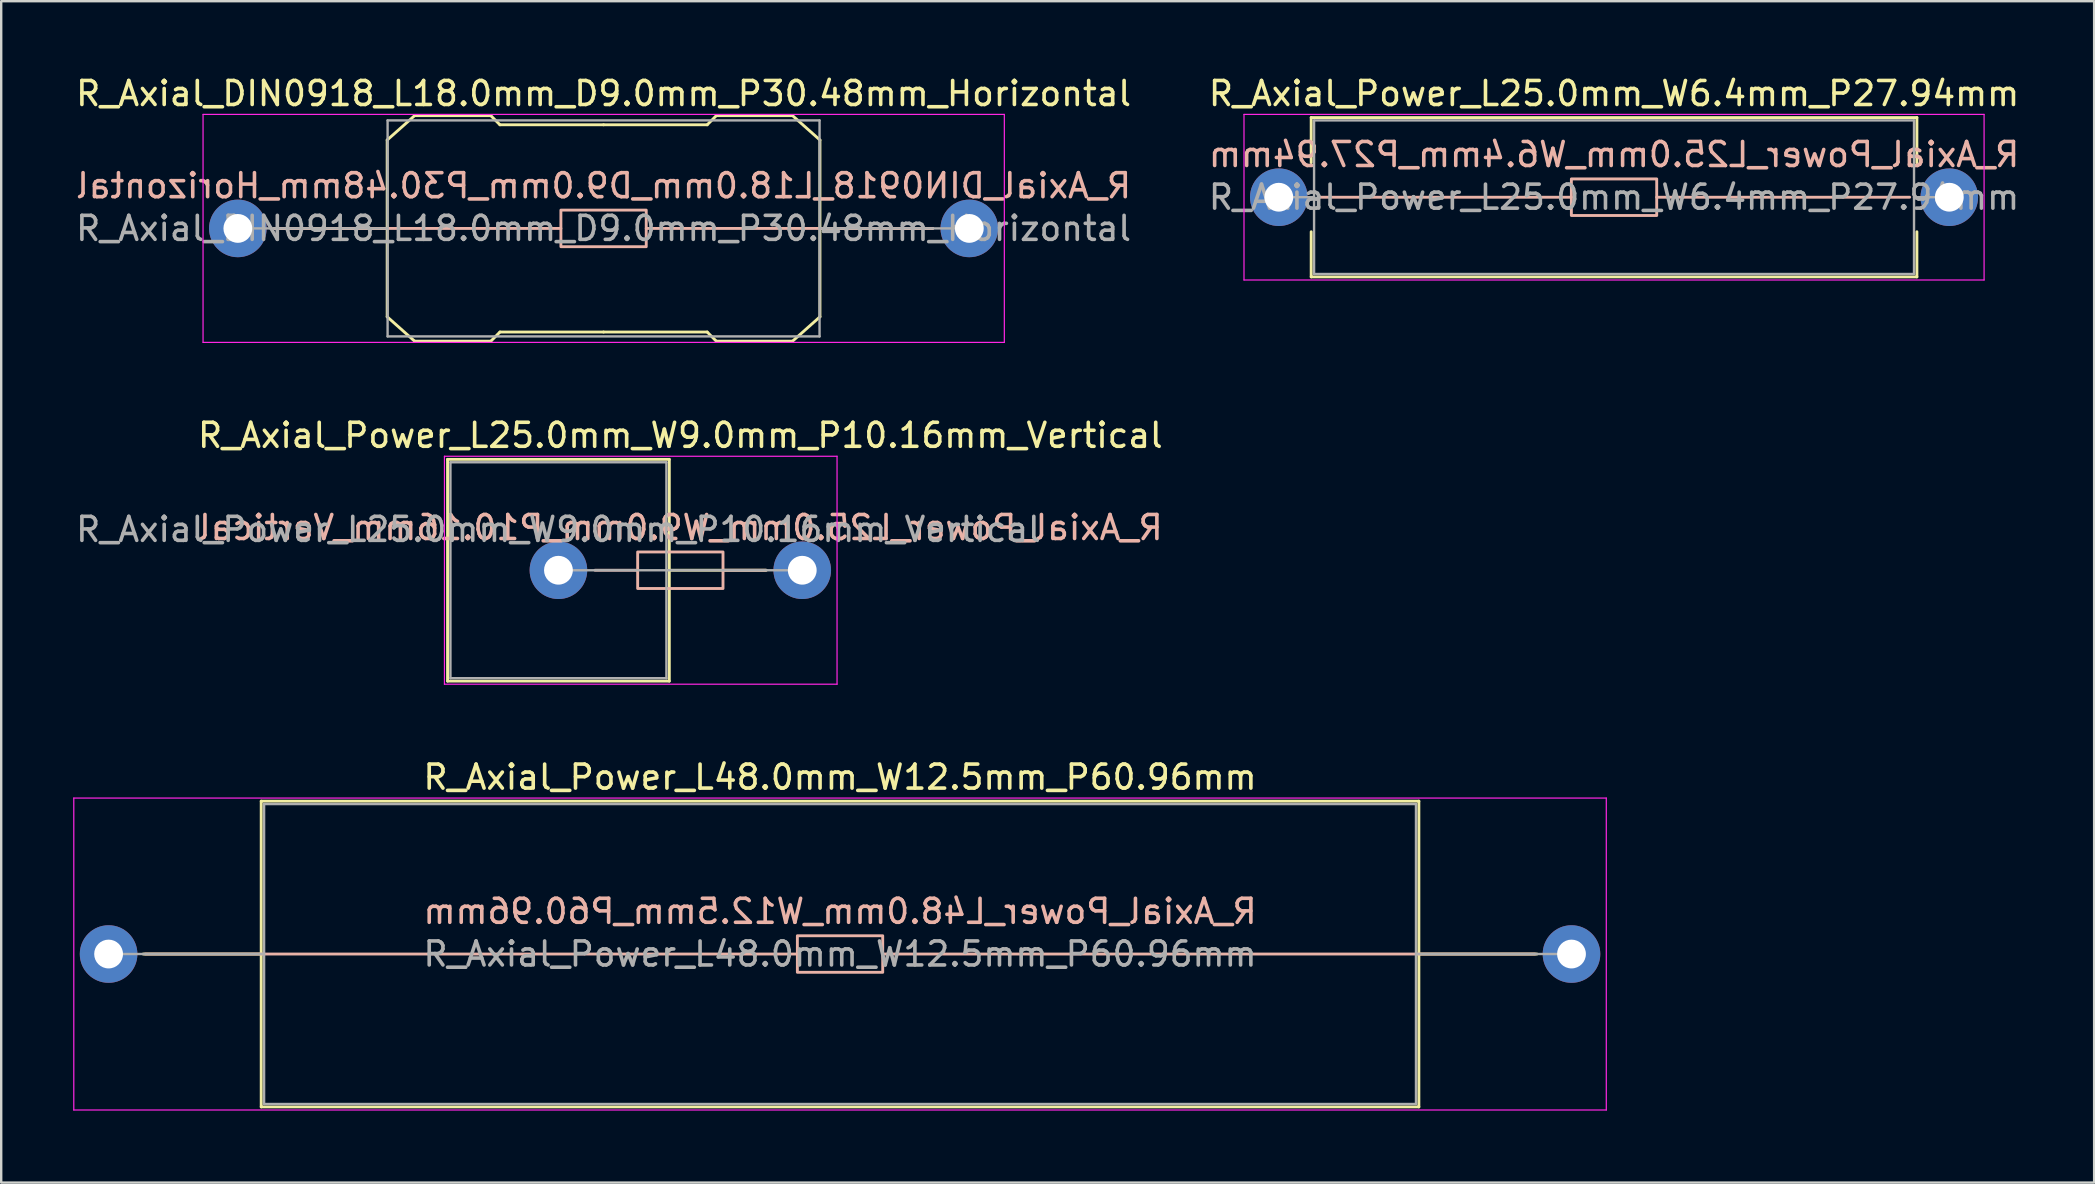
<source format=kicad_pcb>
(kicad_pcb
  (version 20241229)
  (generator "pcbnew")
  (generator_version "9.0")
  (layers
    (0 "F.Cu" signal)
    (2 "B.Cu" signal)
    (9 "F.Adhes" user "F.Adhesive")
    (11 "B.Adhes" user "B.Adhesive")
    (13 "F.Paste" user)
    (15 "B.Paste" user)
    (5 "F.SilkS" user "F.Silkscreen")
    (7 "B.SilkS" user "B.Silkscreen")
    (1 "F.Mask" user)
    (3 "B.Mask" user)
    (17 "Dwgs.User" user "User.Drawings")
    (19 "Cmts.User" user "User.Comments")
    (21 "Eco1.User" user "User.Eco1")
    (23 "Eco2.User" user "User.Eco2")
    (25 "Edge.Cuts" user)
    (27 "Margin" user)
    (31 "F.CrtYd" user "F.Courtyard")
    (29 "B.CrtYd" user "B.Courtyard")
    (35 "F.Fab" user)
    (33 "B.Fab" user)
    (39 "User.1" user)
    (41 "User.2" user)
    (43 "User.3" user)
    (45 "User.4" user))
  (footprint "R_Axial_Power_L25.0mm_W9.0mm_P10.16mm_Vertical"
    (layer "F.Cu")
    (at 20.22 20.712)
    (property "Reference" "R_Axial_Power_L25.0mm_W9.0mm_P10.16mm_Vertical" (at 5.08 -5.62 0) (layer "F.SilkS") (effects (font (size 1 1) (thickness 0.15))))
    (fp_line (start -4.62 -4.62) (end -4.62 4.62) (stroke (width 0.12) (type solid)) (layer "F.SilkS"))
    (fp_line (start -4.62 4.62) (end 4.62 4.62) (stroke (width 0.12) (type solid)) (layer "F.SilkS"))
    (fp_line (start 4.62 -4.62) (end -4.62 -4.62) (stroke (width 0.12) (type solid)) (layer "F.SilkS"))
    (fp_line (start 4.62 0) (end 8.66 0) (stroke (width 0.12) (type solid)) (layer "F.SilkS"))
    (fp_line (start 4.62 4.62) (end 4.62 -4.62) (stroke (width 0.12) (type solid)) (layer "F.SilkS"))
    (fp_line (start 3.302 0) (end 1.524 0) (stroke (width 0.12) (type solid)) (layer "B.SilkS"))
    (fp_line (start 6.858 0) (end 8.636 0) (stroke (width 0.12) (type solid)) (layer "B.SilkS"))
    (fp_rect (start 3.302 -0.762) (end 6.858 0.762) (stroke (width 0.12) (type solid)) (fill no) (layer "B.SilkS"))
    (fp_line (start -4.75 -4.75) (end -4.75 4.75) (stroke (width 0.05) (type solid)) (layer "F.CrtYd"))
    (fp_line (start -4.75 4.75) (end 11.61 4.75) (stroke (width 0.05) (type solid)) (layer "F.CrtYd"))
    (fp_line (start 11.61 -4.75) (end -4.75 -4.75) (stroke (width 0.05) (type solid)) (layer "F.CrtYd"))
    (fp_line (start 11.61 4.75) (end 11.61 -4.75) (stroke (width 0.05) (type solid)) (layer "F.CrtYd"))
    (fp_line (start -4.5 -4.5) (end -4.5 4.5) (stroke (width 0.1) (type solid)) (layer "F.Fab"))
    (fp_line (start -4.5 4.5) (end 4.5 4.5) (stroke (width 0.1) (type solid)) (layer "F.Fab"))
    (fp_line (start 0 0) (end 10.16 0) (stroke (width 0.1) (type solid)) (layer "F.Fab"))
    (fp_line (start 4.5 -4.5) (end -4.5 -4.5) (stroke (width 0.1) (type solid)) (layer "F.Fab"))
    (fp_line (start 4.5 4.5) (end 4.5 -4.5) (stroke (width 0.1) (type solid)) (layer "F.Fab"))
    (fp_text user "${REFERENCE}" (at 5.08 -1.778 0) (layer "B.SilkS") (effects (font (size 1 1) (thickness 0.15)) (justify mirror)))
    (fp_text user "${REFERENCE}" (at 0 -1.7 0) (layer "F.Fab") (effects (font (size 1 1) (thickness 0.15))))
    (pad "1" thru_hole circle (at 0 0) (size 2.4 2.4) (drill 1.2) (layers "*.Cu" "*.Mask"))
    (pad "2" thru_hole oval (at 10.16 0) (size 2.4 2.4) (drill 1.2) (layers "*.Cu" "*.Mask")))
  (footprint "R_Axial_DIN0918_L18.0mm_D9.0mm_P30.48mm_Horizontal"
    (layer "F.Cu")
    (at 6.861 6.468)
    (property "Reference" "R_Axial_DIN0918_L18.0mm_D9.0mm_P30.48mm_Horizontal" (at 15.24 -5.62 0) (layer "F.SilkS") (effects (font (size 1 1) (thickness 0.15))))
    (fp_line (start 6.223 -3.683) (end 6.223 3.683) (stroke (width 0.12) (type solid)) (layer "F.SilkS"))
    (fp_line (start 6.223 -3.683) (end 7.366 -4.699) (stroke (width 0.12) (type solid)) (layer "F.SilkS"))
    (fp_line (start 6.223 0) (end 1.524 0) (stroke (width 0.12) (type solid)) (layer "F.SilkS"))
    (fp_line (start 6.223 3.683) (end 7.366 4.699) (stroke (width 0.12) (type solid)) (layer "F.SilkS"))
    (fp_line (start 7.366 -4.699) (end 10.541 -4.699) (stroke (width 0.12) (type solid)) (layer "F.SilkS"))
    (fp_line (start 7.366 4.699) (end 10.541 4.699) (stroke (width 0.12) (type solid)) (layer "F.SilkS"))
    (fp_line (start 10.541 -4.699) (end 10.922 -4.318) (stroke (width 0.12) (type solid)) (layer "F.SilkS"))
    (fp_line (start 10.541 4.699) (end 10.922 4.318) (stroke (width 0.12) (type solid)) (layer "F.SilkS"))
    (fp_line (start 10.922 -4.318) (end 15.24 -4.318) (stroke (width 0.12) (type solid)) (layer "F.SilkS"))
    (fp_line (start 10.922 4.318) (end 15.24 4.318) (stroke (width 0.12) (type solid)) (layer "F.SilkS"))
    (fp_line (start 19.558 -4.318) (end 15.24 -4.318) (stroke (width 0.12) (type solid)) (layer "F.SilkS"))
    (fp_line (start 19.558 4.318) (end 15.24 4.318) (stroke (width 0.12) (type solid)) (layer "F.SilkS"))
    (fp_line (start 19.939 -4.699) (end 19.558 -4.318) (stroke (width 0.12) (type solid)) (layer "F.SilkS"))
    (fp_line (start 19.939 4.699) (end 19.558 4.318) (stroke (width 0.12) (type solid)) (layer "F.SilkS"))
    (fp_line (start 23.114 -4.699) (end 19.939 -4.699) (stroke (width 0.12) (type solid)) (layer "F.SilkS"))
    (fp_line (start 23.114 4.699) (end 19.939 4.699) (stroke (width 0.12) (type solid)) (layer "F.SilkS"))
    (fp_line (start 24.257 -3.683) (end 23.114 -4.699) (stroke (width 0.12) (type solid)) (layer "F.SilkS"))
    (fp_line (start 24.257 -3.683) (end 24.257 3.683) (stroke (width 0.12) (type solid)) (layer "F.SilkS"))
    (fp_line (start 24.257 0) (end 28.956 0) (stroke (width 0.12) (type solid)) (layer "F.SilkS"))
    (fp_line (start 24.257 3.683) (end 23.114 4.699) (stroke (width 0.12) (type solid)) (layer "F.SilkS"))
    (fp_line (start 13.462 0) (end 1.524 0) (stroke (width 0.12) (type solid)) (layer "B.SilkS"))
    (fp_line (start 17.018 0) (end 28.956 0) (stroke (width 0.12) (type solid)) (layer "B.SilkS"))
    (fp_rect (start 13.462 -0.762) (end 17.018 0.762) (stroke (width 0.12) (type solid)) (fill no) (layer "B.SilkS"))
    (fp_line (start -1.45 -4.75) (end -1.45 4.75) (stroke (width 0.05) (type solid)) (layer "F.CrtYd"))
    (fp_line (start -1.45 4.75) (end 31.94 4.75) (stroke (width 0.05) (type solid)) (layer "F.CrtYd"))
    (fp_line (start 31.94 -4.75) (end -1.45 -4.75) (stroke (width 0.05) (type solid)) (layer "F.CrtYd"))
    (fp_line (start 31.94 4.75) (end 31.94 -4.75) (stroke (width 0.05) (type solid)) (layer "F.CrtYd"))
    (fp_line (start 0 0) (end 6.24 0) (stroke (width 0.1) (type solid)) (layer "F.Fab"))
    (fp_line (start 6.24 -4.5) (end 6.24 4.5) (stroke (width 0.1) (type solid)) (layer "F.Fab"))
    (fp_line (start 6.24 4.5) (end 24.24 4.5) (stroke (width 0.1) (type solid)) (layer "F.Fab"))
    (fp_line (start 24.24 -4.5) (end 6.24 -4.5) (stroke (width 0.1) (type solid)) (layer "F.Fab"))
    (fp_line (start 24.24 4.5) (end 24.24 -4.5) (stroke (width 0.1) (type solid)) (layer "F.Fab"))
    (fp_line (start 30.48 0) (end 24.24 0) (stroke (width 0.1) (type solid)) (layer "F.Fab"))
    (fp_text user "${REFERENCE}" (at 15.24 -1.778 0) (layer "B.SilkS") (effects (font (size 1 1) (thickness 0.15)) (justify mirror)))
    (fp_text user "${REFERENCE}" (at 15.24 0 0) (layer "F.Fab") (effects (font (size 1 1) (thickness 0.15))))
    (pad "1" thru_hole circle (at 0 0) (size 2.4 2.4) (drill 1.2) (layers "*.Cu" "*.Mask"))
    (pad "2" thru_hole oval (at 30.48 0) (size 2.4 2.4) (drill 1.2) (layers "*.Cu" "*.Mask")))
  (footprint "R_Axial_Power_L25.0mm_W6.4mm_P27.94mm"
    (layer "F.Cu")
    (at 50.238 5.168)
    (property "Reference" "R_Axial_Power_L25.0mm_W6.4mm_P27.94mm" (at 13.97 -4.32 0) (layer "F.SilkS") (effects (font (size 1 1) (thickness 0.15))))
    (fp_line (start 1.35 -3.32) (end 26.59 -3.32) (stroke (width 0.12) (type solid)) (layer "F.SilkS"))
    (fp_line (start 1.35 -1.44) (end 1.35 -3.32) (stroke (width 0.12) (type solid)) (layer "F.SilkS"))
    (fp_line (start 1.35 1.44) (end 1.35 3.32) (stroke (width 0.12) (type solid)) (layer "F.SilkS"))
    (fp_line (start 1.35 3.32) (end 26.59 3.32) (stroke (width 0.12) (type solid)) (layer "F.SilkS"))
    (fp_line (start 26.59 -3.32) (end 26.59 -1.44) (stroke (width 0.12) (type solid)) (layer "F.SilkS"))
    (fp_line (start 26.59 3.32) (end 26.59 1.44) (stroke (width 0.12) (type solid)) (layer "F.SilkS"))
    (fp_line (start 12.192 0) (end 1.651 0) (stroke (width 0.12) (type solid)) (layer "B.SilkS"))
    (fp_line (start 15.748 0) (end 26.289 0) (stroke (width 0.12) (type solid)) (layer "B.SilkS"))
    (fp_rect (start 12.192 -0.762) (end 15.748 0.762) (stroke (width 0.12) (type solid)) (fill no) (layer "B.SilkS"))
    (fp_line (start -1.45 -3.45) (end -1.45 3.45) (stroke (width 0.05) (type solid)) (layer "F.CrtYd"))
    (fp_line (start -1.45 3.45) (end 29.39 3.45) (stroke (width 0.05) (type solid)) (layer "F.CrtYd"))
    (fp_line (start 29.39 -3.45) (end -1.45 -3.45) (stroke (width 0.05) (type solid)) (layer "F.CrtYd"))
    (fp_line (start 29.39 3.45) (end 29.39 -3.45) (stroke (width 0.05) (type solid)) (layer "F.CrtYd"))
    (fp_line (start 0 0) (end 1.47 0) (stroke (width 0.1) (type solid)) (layer "F.Fab"))
    (fp_line (start 1.47 -3.2) (end 1.47 3.2) (stroke (width 0.1) (type solid)) (layer "F.Fab"))
    (fp_line (start 1.47 3.2) (end 26.47 3.2) (stroke (width 0.1) (type solid)) (layer "F.Fab"))
    (fp_line (start 26.47 -3.2) (end 1.47 -3.2) (stroke (width 0.1) (type solid)) (layer "F.Fab"))
    (fp_line (start 26.47 3.2) (end 26.47 -3.2) (stroke (width 0.1) (type solid)) (layer "F.Fab"))
    (fp_line (start 27.94 0) (end 26.47 0) (stroke (width 0.1) (type solid)) (layer "F.Fab"))
    (fp_text user "${REFERENCE}" (at 13.97 -1.778 0) (layer "B.SilkS") (effects (font (size 1 1) (thickness 0.15)) (justify mirror)))
    (fp_text user "${REFERENCE}" (at 13.97 0 0) (layer "F.Fab") (effects (font (size 1 1) (thickness 0.15))))
    (pad "1" thru_hole circle (at 0 0) (size 2.4 2.4) (drill 1.2) (layers "*.Cu" "*.Mask"))
    (pad "2" thru_hole oval (at 27.94 0) (size 2.4 2.4) (drill 1.2) (layers "*.Cu" "*.Mask")))
  (footprint "R_Axial_Power_L48.0mm_W12.5mm_P60.96mm"
    (layer "F.Cu")
    (at 1.475 36.705)
    (property "Reference" "R_Axial_Power_L48.0mm_W12.5mm_P60.96mm" (at 30.48 -7.37 0) (layer "F.SilkS") (effects (font (size 1 1) (thickness 0.15))))
    (fp_line (start 1.44 0) (end 6.36 0) (stroke (width 0.12) (type solid)) (layer "F.SilkS"))
    (fp_line (start 6.36 -6.37) (end 6.36 6.37) (stroke (width 0.12) (type solid)) (layer "F.SilkS"))
    (fp_line (start 6.36 6.37) (end 54.6 6.37) (stroke (width 0.12) (type solid)) (layer "F.SilkS"))
    (fp_line (start 54.6 -6.37) (end 6.36 -6.37) (stroke (width 0.12) (type solid)) (layer "F.SilkS"))
    (fp_line (start 54.6 6.37) (end 54.6 -6.37) (stroke (width 0.12) (type solid)) (layer "F.SilkS"))
    (fp_line (start 59.52 0) (end 54.6 0) (stroke (width 0.12) (type solid)) (layer "F.SilkS"))
    (fp_line (start 28.702 0) (end 1.524 0) (stroke (width 0.12) (type solid)) (layer "B.SilkS"))
    (fp_line (start 32.258 0) (end 59.436 0) (stroke (width 0.12) (type solid)) (layer "B.SilkS"))
    (fp_rect (start 28.702 -0.762) (end 32.258 0.762) (stroke (width 0.12) (type solid)) (fill no) (layer "B.SilkS"))
    (fp_line (start -1.45 -6.5) (end -1.45 6.5) (stroke (width 0.05) (type solid)) (layer "F.CrtYd"))
    (fp_line (start -1.45 6.5) (end 62.41 6.5) (stroke (width 0.05) (type solid)) (layer "F.CrtYd"))
    (fp_line (start 62.41 -6.5) (end -1.45 -6.5) (stroke (width 0.05) (type solid)) (layer "F.CrtYd"))
    (fp_line (start 62.41 6.5) (end 62.41 -6.5) (stroke (width 0.05) (type solid)) (layer "F.CrtYd"))
    (fp_line (start 0 0) (end 6.48 0) (stroke (width 0.1) (type solid)) (layer "F.Fab"))
    (fp_line (start 6.48 -6.25) (end 6.48 6.25) (stroke (width 0.1) (type solid)) (layer "F.Fab"))
    (fp_line (start 6.48 6.25) (end 54.48 6.25) (stroke (width 0.1) (type solid)) (layer "F.Fab"))
    (fp_line (start 54.48 -6.25) (end 6.48 -6.25) (stroke (width 0.1) (type solid)) (layer "F.Fab"))
    (fp_line (start 54.48 6.25) (end 54.48 -6.25) (stroke (width 0.1) (type solid)) (layer "F.Fab"))
    (fp_line (start 60.96 0) (end 54.48 0) (stroke (width 0.1) (type solid)) (layer "F.Fab"))
    (fp_text user "${REFERENCE}" (at 30.48 -1.778 0) (layer "B.SilkS") (effects (font (size 1 1) (thickness 0.15)) (justify mirror)))
    (fp_text user "${REFERENCE}" (at 30.48 0 0) (layer "F.Fab") (effects (font (size 1 1) (thickness 0.15))))
    (pad "1" thru_hole circle (at 0 0) (size 2.4 2.4) (drill 1.2) (layers "*.Cu" "*.Mask"))
    (pad "2" thru_hole oval (at 60.96 0) (size 2.4 2.4) (drill 1.2) (layers "*.Cu" "*.Mask")))
  (gr_rect
    (start -3 -3)
    (end 84.214 46.23)
    (stroke (width 0.1) (type default))
    (fill no)
    (layer "Edge.Cuts")))
</source>
